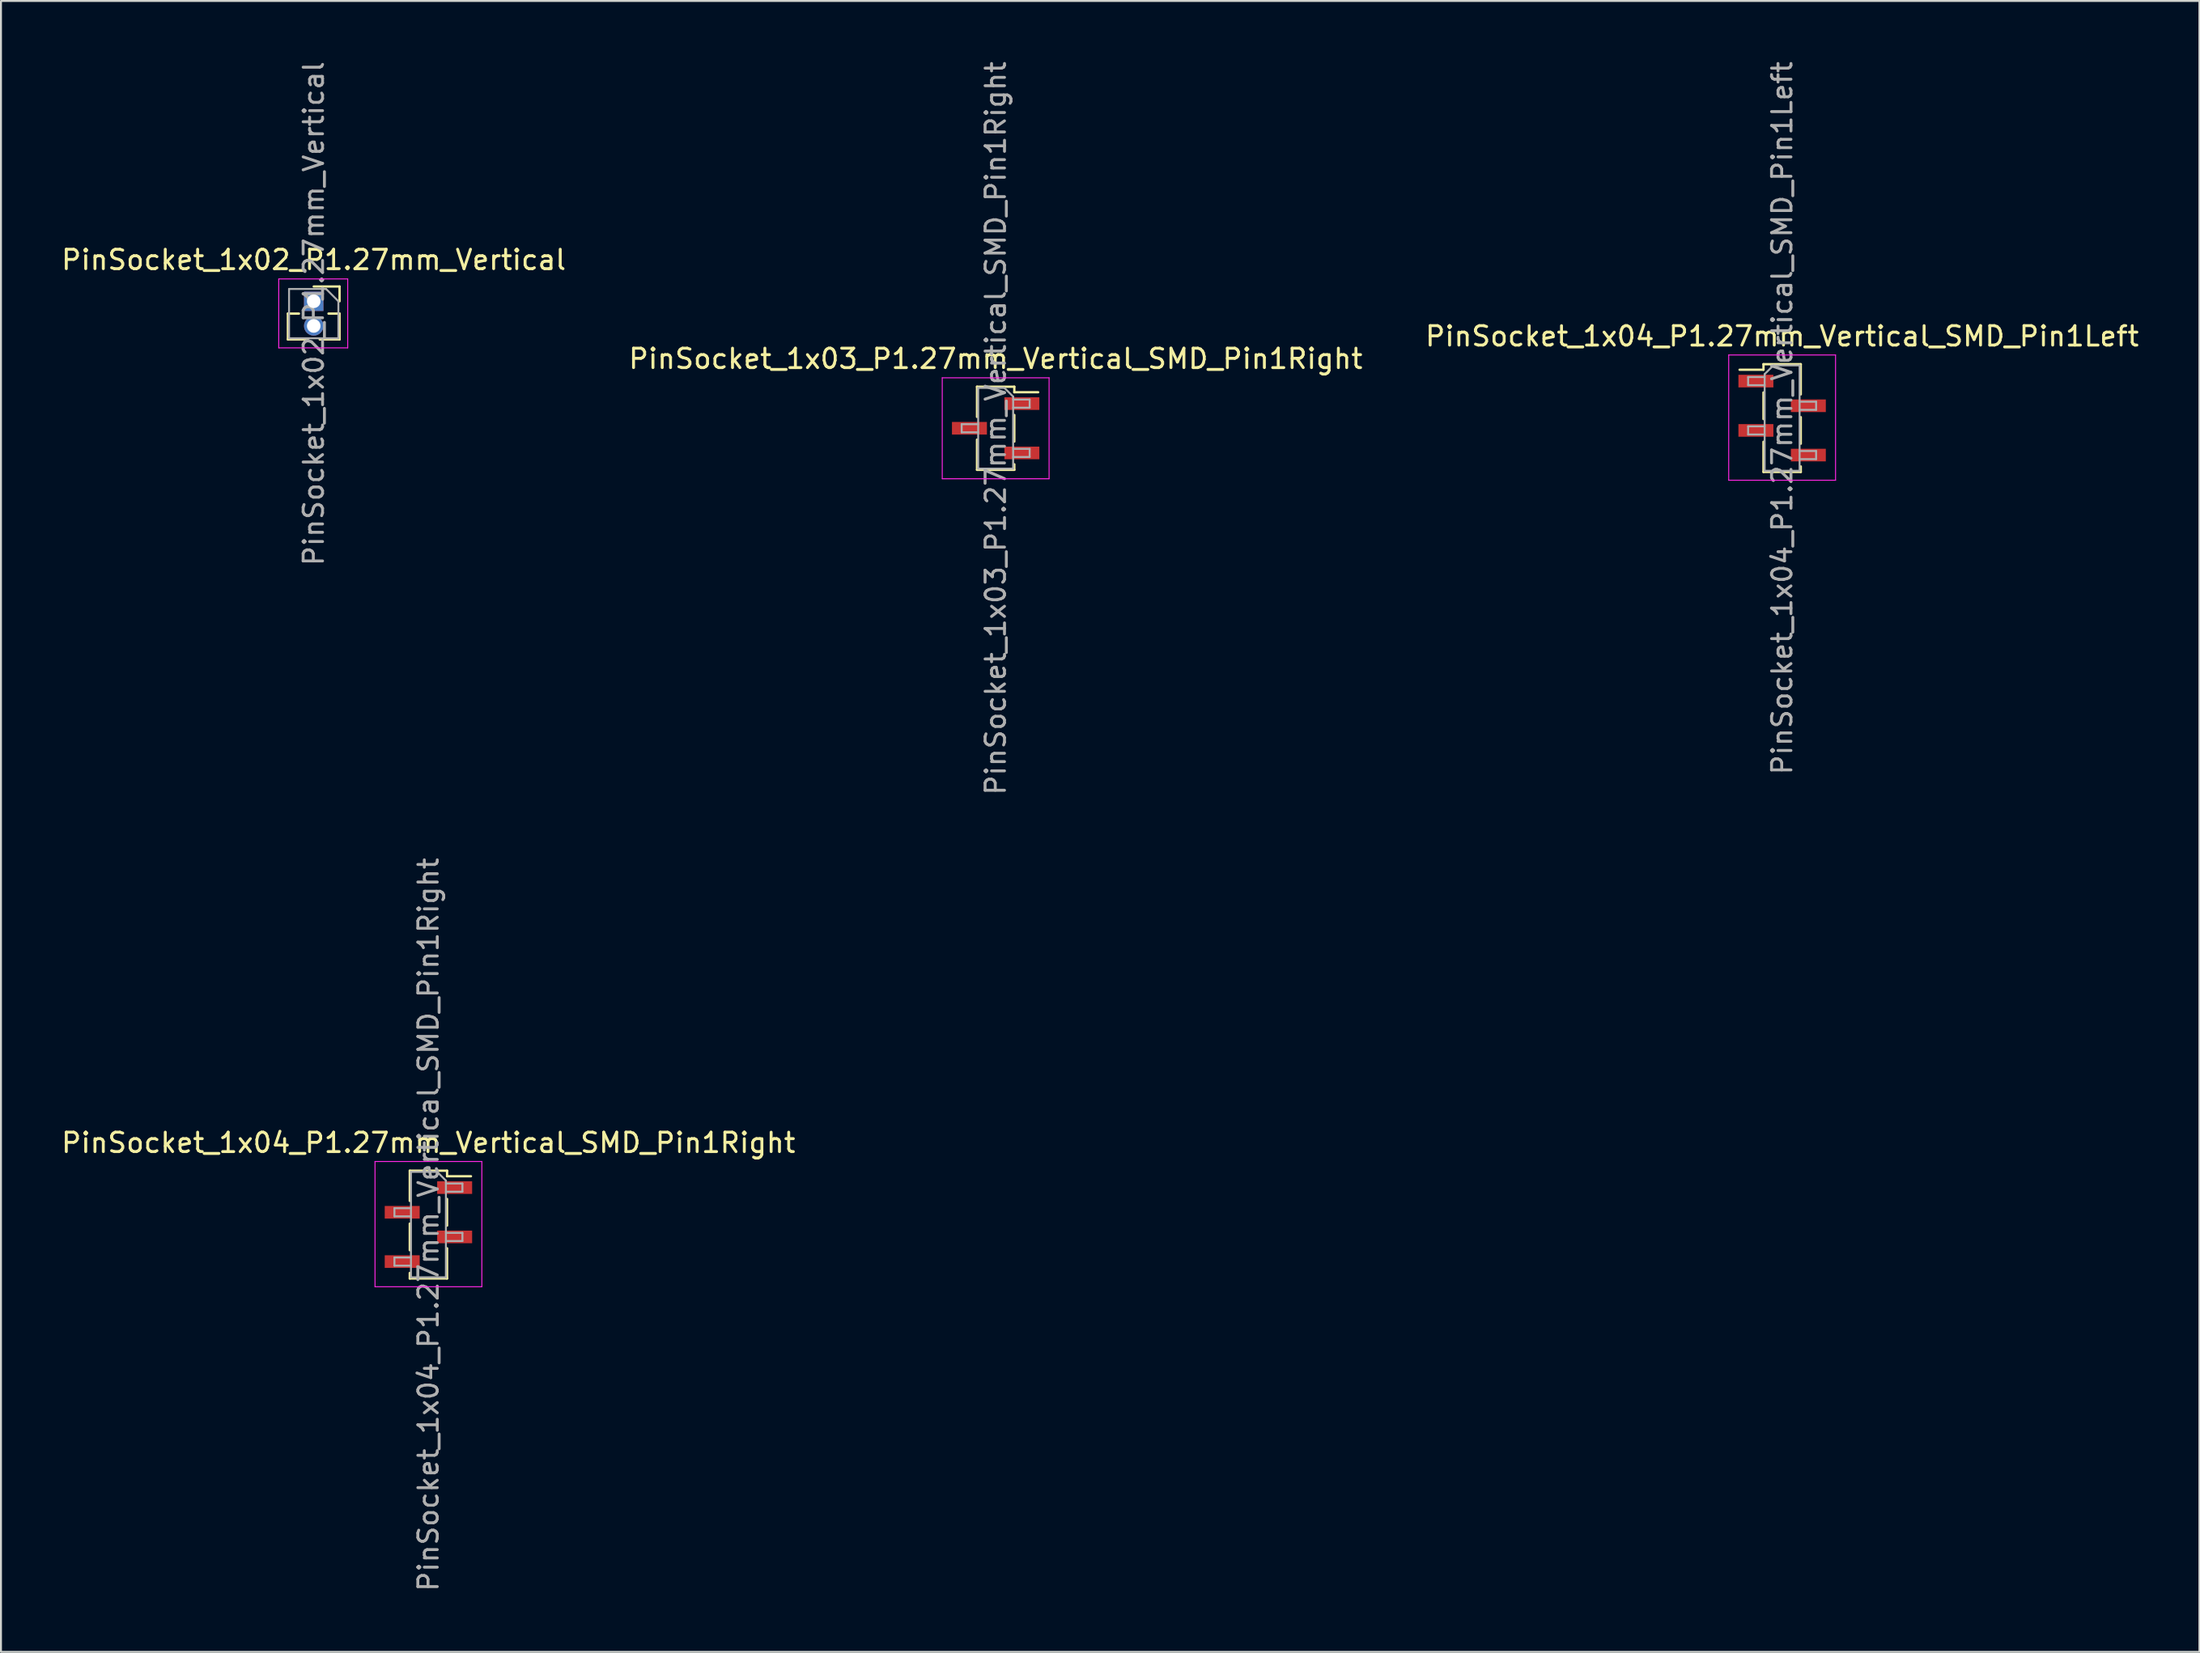
<source format=kicad_pcb>
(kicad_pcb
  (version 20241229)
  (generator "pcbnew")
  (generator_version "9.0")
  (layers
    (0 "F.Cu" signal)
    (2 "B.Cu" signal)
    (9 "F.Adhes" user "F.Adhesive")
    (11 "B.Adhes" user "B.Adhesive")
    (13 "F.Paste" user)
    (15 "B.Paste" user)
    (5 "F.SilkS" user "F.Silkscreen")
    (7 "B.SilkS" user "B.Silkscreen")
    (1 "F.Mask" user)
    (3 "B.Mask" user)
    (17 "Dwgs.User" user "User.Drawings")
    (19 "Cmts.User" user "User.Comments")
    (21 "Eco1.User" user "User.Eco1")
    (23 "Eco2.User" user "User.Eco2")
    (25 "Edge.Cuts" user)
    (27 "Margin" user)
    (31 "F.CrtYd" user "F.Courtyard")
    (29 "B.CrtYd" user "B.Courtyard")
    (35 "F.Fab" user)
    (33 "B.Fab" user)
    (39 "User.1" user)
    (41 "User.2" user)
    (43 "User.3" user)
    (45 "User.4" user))
  (footprint "PinSocket_1x02_P1.27mm_Vertical"
    (layer "F.Cu")
    (at 13.101 12.466)
    (property "Reference" "PinSocket_1x02_P1.27mm_Vertical" (at 0 -2.135 0) (layer "F.SilkS") (effects (font (size 1 1) (thickness 0.15))))
    (attr through_hole)
    (fp_line (start -1.33 0.635) (end -1.33 1.965) (stroke (width 0.12) (type solid)) (layer "F.SilkS"))
    (fp_line (start -1.33 0.635) (end -0.76 0.635) (stroke (width 0.12) (type solid)) (layer "F.SilkS"))
    (fp_line (start -1.33 1.965) (end -0.308 1.965) (stroke (width 0.12) (type solid)) (layer "F.SilkS"))
    (fp_line (start 0 -0.76) (end 1.33 -0.76) (stroke (width 0.12) (type solid)) (layer "F.SilkS"))
    (fp_line (start 0.308 1.965) (end 1.33 1.965) (stroke (width 0.12) (type solid)) (layer "F.SilkS"))
    (fp_line (start 0.76 0.635) (end 1.33 0.635) (stroke (width 0.12) (type solid)) (layer "F.SilkS"))
    (fp_line (start 1.33 -0.76) (end 1.33 0) (stroke (width 0.12) (type solid)) (layer "F.SilkS"))
    (fp_line (start 1.33 0.635) (end 1.33 1.965) (stroke (width 0.12) (type solid)) (layer "F.SilkS"))
    (fp_line (start -1.8 -1.15) (end 1.75 -1.15) (stroke (width 0.05) (type solid)) (layer "F.CrtYd"))
    (fp_line (start -1.8 2.4) (end -1.8 -1.15) (stroke (width 0.05) (type solid)) (layer "F.CrtYd"))
    (fp_line (start 1.75 -1.15) (end 1.75 2.4) (stroke (width 0.05) (type solid)) (layer "F.CrtYd"))
    (fp_line (start 1.75 2.4) (end -1.8 2.4) (stroke (width 0.05) (type solid)) (layer "F.CrtYd"))
    (fp_line (start -1.27 -0.635) (end 0.635 -0.635) (stroke (width 0.1) (type solid)) (layer "F.Fab"))
    (fp_line (start -1.27 1.905) (end -1.27 -0.635) (stroke (width 0.1) (type solid)) (layer "F.Fab"))
    (fp_line (start 0.635 -0.635) (end 1.27 0) (stroke (width 0.1) (type solid)) (layer "F.Fab"))
    (fp_line (start 1.27 0) (end 1.27 1.905) (stroke (width 0.1) (type solid)) (layer "F.Fab"))
    (fp_line (start 1.27 1.905) (end -1.27 1.905) (stroke (width 0.1) (type solid)) (layer "F.Fab"))
    (fp_text user "${REFERENCE}" (at 0 0.635 90) (layer "F.Fab") (effects (font (size 1 1) (thickness 0.15))))
    (pad "1" thru_hole rect (at 0 0) (size 1 1) (drill 0.7) (layers "*.Cu" "*.Mask"))
    (pad "2" thru_hole circle (at 0 1.27) (size 1 1) (drill 0.7) (layers "*.Cu" "*.Mask")))
  (footprint "PinSocket_1x04_P1.27mm_Vertical_SMD_Pin1Right"
    (layer "F.Cu")
    (at 19.006 60.018)
    (property "Reference" "PinSocket_1x04_P1.27mm_Vertical_SMD_Pin1Right" (at 0 -4.215 0) (layer "F.SilkS") (effects (font (size 1 1) (thickness 0.15))))
    (attr smd)
    (fp_line (start -0.96 -2.775) (end -0.96 -1.22) (stroke (width 0.12) (type solid)) (layer "F.SilkS"))
    (fp_line (start -0.96 -2.775) (end 0.96 -2.775) (stroke (width 0.12) (type solid)) (layer "F.SilkS"))
    (fp_line (start -0.96 -0.05) (end -0.96 1.32) (stroke (width 0.12) (type solid)) (layer "F.SilkS"))
    (fp_line (start -0.96 2.49) (end -0.96 2.775) (stroke (width 0.12) (type solid)) (layer "F.SilkS"))
    (fp_line (start -0.96 2.775) (end 0.96 2.775) (stroke (width 0.12) (type solid)) (layer "F.SilkS"))
    (fp_line (start 0.96 -2.775) (end 0.96 -2.49) (stroke (width 0.12) (type solid)) (layer "F.SilkS"))
    (fp_line (start 0.96 -2.49) (end 2.19 -2.49) (stroke (width 0.12) (type solid)) (layer "F.SilkS"))
    (fp_line (start 0.96 -1.32) (end 0.96 0.05) (stroke (width 0.12) (type solid)) (layer "F.SilkS"))
    (fp_line (start 0.96 1.22) (end 0.96 2.775) (stroke (width 0.12) (type solid)) (layer "F.SilkS"))
    (fp_line (start -2.75 -3.25) (end 2.75 -3.25) (stroke (width 0.05) (type solid)) (layer "F.CrtYd"))
    (fp_line (start -2.75 3.2) (end -2.75 -3.25) (stroke (width 0.05) (type solid)) (layer "F.CrtYd"))
    (fp_line (start 2.75 -3.25) (end 2.75 3.2) (stroke (width 0.05) (type solid)) (layer "F.CrtYd"))
    (fp_line (start 2.75 3.2) (end -2.75 3.2) (stroke (width 0.05) (type solid)) (layer "F.CrtYd"))
    (fp_line (start -1.75 -0.845) (end -0.9 -0.845) (stroke (width 0.1) (type solid)) (layer "F.Fab"))
    (fp_line (start -1.75 -0.425) (end -1.75 -0.845) (stroke (width 0.1) (type solid)) (layer "F.Fab"))
    (fp_line (start -1.75 1.695) (end -0.9 1.695) (stroke (width 0.1) (type solid)) (layer "F.Fab"))
    (fp_line (start -1.75 2.115) (end -1.75 1.695) (stroke (width 0.1) (type solid)) (layer "F.Fab"))
    (fp_line (start -0.9 -2.715) (end 0.45 -2.715) (stroke (width 0.1) (type solid)) (layer "F.Fab"))
    (fp_line (start -0.9 -0.425) (end -1.75 -0.425) (stroke (width 0.1) (type solid)) (layer "F.Fab"))
    (fp_line (start -0.9 2.115) (end -1.75 2.115) (stroke (width 0.1) (type solid)) (layer "F.Fab"))
    (fp_line (start -0.9 2.715) (end -0.9 -2.715) (stroke (width 0.1) (type solid)) (layer "F.Fab"))
    (fp_line (start 0.45 -2.715) (end 0.9 -2.265) (stroke (width 0.1) (type solid)) (layer "F.Fab"))
    (fp_line (start 0.9 -2.265) (end 0.9 2.715) (stroke (width 0.1) (type solid)) (layer "F.Fab"))
    (fp_line (start 0.9 -2.115) (end 1.75 -2.115) (stroke (width 0.1) (type solid)) (layer "F.Fab"))
    (fp_line (start 0.9 0.425) (end 1.75 0.425) (stroke (width 0.1) (type solid)) (layer "F.Fab"))
    (fp_line (start 0.9 2.715) (end -0.9 2.715) (stroke (width 0.1) (type solid)) (layer "F.Fab"))
    (fp_line (start 1.75 -2.115) (end 1.75 -1.695) (stroke (width 0.1) (type solid)) (layer "F.Fab"))
    (fp_line (start 1.75 -1.695) (end 0.9 -1.695) (stroke (width 0.1) (type solid)) (layer "F.Fab"))
    (fp_line (start 1.75 0.425) (end 1.75 0.845) (stroke (width 0.1) (type solid)) (layer "F.Fab"))
    (fp_line (start 1.75 0.845) (end 0.9 0.845) (stroke (width 0.1) (type solid)) (layer "F.Fab"))
    (fp_text user "${REFERENCE}" (at 0 0 90) (layer "F.Fab") (effects (font (size 1 1) (thickness 0.15))))
    (pad "1" smd rect (at 1.35 -1.905) (size 1.8 0.65) (layers "F.Cu" "F.Mask" "F.Paste"))
    (pad "2" smd rect (at -1.35 -0.635) (size 1.8 0.65) (layers "F.Cu" "F.Mask" "F.Paste"))
    (pad "3" smd rect (at 1.35 0.635) (size 1.8 0.65) (layers "F.Cu" "F.Mask" "F.Paste"))
    (pad "4" smd rect (at -1.35 1.905) (size 1.8 0.65) (layers "F.Cu" "F.Mask" "F.Paste")))
  (footprint "PinSocket_1x03_P1.27mm_Vertical_SMD_Pin1Right"
    (layer "F.Cu")
    (at 48.208 19.006)
    (property "Reference" "PinSocket_1x03_P1.27mm_Vertical_SMD_Pin1Right" (at 0 -3.58 0) (layer "F.SilkS") (effects (font (size 1 1) (thickness 0.15))))
    (attr smd)
    (fp_line (start -0.96 -2.14) (end -0.96 -0.585) (stroke (width 0.12) (type solid)) (layer "F.SilkS"))
    (fp_line (start -0.96 -2.14) (end 0.96 -2.14) (stroke (width 0.12) (type solid)) (layer "F.SilkS"))
    (fp_line (start -0.96 0.585) (end -0.96 2.14) (stroke (width 0.12) (type solid)) (layer "F.SilkS"))
    (fp_line (start -0.96 2.14) (end 0.96 2.14) (stroke (width 0.12) (type solid)) (layer "F.SilkS"))
    (fp_line (start 0.96 -2.14) (end 0.96 -1.855) (stroke (width 0.12) (type solid)) (layer "F.SilkS"))
    (fp_line (start 0.96 -1.855) (end 2.19 -1.855) (stroke (width 0.12) (type solid)) (layer "F.SilkS"))
    (fp_line (start 0.96 -0.685) (end 0.96 0.685) (stroke (width 0.12) (type solid)) (layer "F.SilkS"))
    (fp_line (start 0.96 1.855) (end 0.96 2.14) (stroke (width 0.12) (type solid)) (layer "F.SilkS"))
    (fp_line (start -2.75 -2.6) (end 2.75 -2.6) (stroke (width 0.05) (type solid)) (layer "F.CrtYd"))
    (fp_line (start -2.75 2.6) (end -2.75 -2.6) (stroke (width 0.05) (type solid)) (layer "F.CrtYd"))
    (fp_line (start 2.75 -2.6) (end 2.75 2.6) (stroke (width 0.05) (type solid)) (layer "F.CrtYd"))
    (fp_line (start 2.75 2.6) (end -2.75 2.6) (stroke (width 0.05) (type solid)) (layer "F.CrtYd"))
    (fp_line (start -1.75 -0.21) (end -0.9 -0.21) (stroke (width 0.1) (type solid)) (layer "F.Fab"))
    (fp_line (start -1.75 0.21) (end -1.75 -0.21) (stroke (width 0.1) (type solid)) (layer "F.Fab"))
    (fp_line (start -0.9 -2.08) (end 0.45 -2.08) (stroke (width 0.1) (type solid)) (layer "F.Fab"))
    (fp_line (start -0.9 0.21) (end -1.75 0.21) (stroke (width 0.1) (type solid)) (layer "F.Fab"))
    (fp_line (start -0.9 2.08) (end -0.9 -2.08) (stroke (width 0.1) (type solid)) (layer "F.Fab"))
    (fp_line (start 0.45 -2.08) (end 0.9 -1.63) (stroke (width 0.1) (type solid)) (layer "F.Fab"))
    (fp_line (start 0.9 -1.63) (end 0.9 2.08) (stroke (width 0.1) (type solid)) (layer "F.Fab"))
    (fp_line (start 0.9 -1.48) (end 1.75 -1.48) (stroke (width 0.1) (type solid)) (layer "F.Fab"))
    (fp_line (start 0.9 1.06) (end 1.75 1.06) (stroke (width 0.1) (type solid)) (layer "F.Fab"))
    (fp_line (start 0.9 2.08) (end -0.9 2.08) (stroke (width 0.1) (type solid)) (layer "F.Fab"))
    (fp_line (start 1.75 -1.48) (end 1.75 -1.06) (stroke (width 0.1) (type solid)) (layer "F.Fab"))
    (fp_line (start 1.75 -1.06) (end 0.9 -1.06) (stroke (width 0.1) (type solid)) (layer "F.Fab"))
    (fp_line (start 1.75 1.06) (end 1.75 1.48) (stroke (width 0.1) (type solid)) (layer "F.Fab"))
    (fp_line (start 1.75 1.48) (end 0.9 1.48) (stroke (width 0.1) (type solid)) (layer "F.Fab"))
    (fp_text user "${REFERENCE}" (at 0 0 90) (layer "F.Fab") (effects (font (size 1 1) (thickness 0.15))))
    (pad "1" smd rect (at 1.35 -1.27) (size 1.8 0.65) (layers "F.Cu" "F.Mask" "F.Paste"))
    (pad "2" smd rect (at -1.35 0) (size 1.8 0.65) (layers "F.Cu" "F.Mask" "F.Paste"))
    (pad "3" smd rect (at 1.35 1.27) (size 1.8 0.65) (layers "F.Cu" "F.Mask" "F.Paste")))
  (footprint "PinSocket_1x04_P1.27mm_Vertical_SMD_Pin1Left"
    (layer "F.Cu")
    (at 88.696 18.482)
    (property "Reference" "PinSocket_1x04_P1.27mm_Vertical_SMD_Pin1Left" (at 0 -4.215 0) (layer "F.SilkS") (effects (font (size 1 1) (thickness 0.15))))
    (attr smd)
    (fp_line (start -2.19 -2.49) (end -0.96 -2.49) (stroke (width 0.12) (type solid)) (layer "F.SilkS"))
    (fp_line (start -0.96 -2.775) (end -0.96 -2.49) (stroke (width 0.12) (type solid)) (layer "F.SilkS"))
    (fp_line (start -0.96 -2.775) (end 0.96 -2.775) (stroke (width 0.12) (type solid)) (layer "F.SilkS"))
    (fp_line (start -0.96 -1.32) (end -0.96 0.05) (stroke (width 0.12) (type solid)) (layer "F.SilkS"))
    (fp_line (start -0.96 1.22) (end -0.96 2.775) (stroke (width 0.12) (type solid)) (layer "F.SilkS"))
    (fp_line (start -0.96 2.775) (end 0.96 2.775) (stroke (width 0.12) (type solid)) (layer "F.SilkS"))
    (fp_line (start 0.96 -2.775) (end 0.96 -1.22) (stroke (width 0.12) (type solid)) (layer "F.SilkS"))
    (fp_line (start 0.96 -0.05) (end 0.96 1.32) (stroke (width 0.12) (type solid)) (layer "F.SilkS"))
    (fp_line (start 0.96 2.49) (end 0.96 2.775) (stroke (width 0.12) (type solid)) (layer "F.SilkS"))
    (fp_line (start -2.75 -3.25) (end 2.75 -3.25) (stroke (width 0.05) (type solid)) (layer "F.CrtYd"))
    (fp_line (start -2.75 3.2) (end -2.75 -3.25) (stroke (width 0.05) (type solid)) (layer "F.CrtYd"))
    (fp_line (start 2.75 -3.25) (end 2.75 3.2) (stroke (width 0.05) (type solid)) (layer "F.CrtYd"))
    (fp_line (start 2.75 3.2) (end -2.75 3.2) (stroke (width 0.05) (type solid)) (layer "F.CrtYd"))
    (fp_line (start -1.75 -2.115) (end -0.9 -2.115) (stroke (width 0.1) (type solid)) (layer "F.Fab"))
    (fp_line (start -1.75 -1.695) (end -1.75 -2.115) (stroke (width 0.1) (type solid)) (layer "F.Fab"))
    (fp_line (start -1.75 0.425) (end -0.9 0.425) (stroke (width 0.1) (type solid)) (layer "F.Fab"))
    (fp_line (start -1.75 0.845) (end -1.75 0.425) (stroke (width 0.1) (type solid)) (layer "F.Fab"))
    (fp_line (start -0.9 -2.265) (end -0.45 -2.715) (stroke (width 0.1) (type solid)) (layer "F.Fab"))
    (fp_line (start -0.9 -1.695) (end -1.75 -1.695) (stroke (width 0.1) (type solid)) (layer "F.Fab"))
    (fp_line (start -0.9 0.845) (end -1.75 0.845) (stroke (width 0.1) (type solid)) (layer "F.Fab"))
    (fp_line (start -0.9 2.715) (end -0.9 -2.265) (stroke (width 0.1) (type solid)) (layer "F.Fab"))
    (fp_line (start -0.45 -2.715) (end 0.9 -2.715) (stroke (width 0.1) (type solid)) (layer "F.Fab"))
    (fp_line (start 0.9 -2.715) (end 0.9 2.715) (stroke (width 0.1) (type solid)) (layer "F.Fab"))
    (fp_line (start 0.9 -0.845) (end 1.75 -0.845) (stroke (width 0.1) (type solid)) (layer "F.Fab"))
    (fp_line (start 0.9 1.695) (end 1.75 1.695) (stroke (width 0.1) (type solid)) (layer "F.Fab"))
    (fp_line (start 0.9 2.715) (end -0.9 2.715) (stroke (width 0.1) (type solid)) (layer "F.Fab"))
    (fp_line (start 1.75 -0.845) (end 1.75 -0.425) (stroke (width 0.1) (type solid)) (layer "F.Fab"))
    (fp_line (start 1.75 -0.425) (end 0.9 -0.425) (stroke (width 0.1) (type solid)) (layer "F.Fab"))
    (fp_line (start 1.75 1.695) (end 1.75 2.115) (stroke (width 0.1) (type solid)) (layer "F.Fab"))
    (fp_line (start 1.75 2.115) (end 0.9 2.115) (stroke (width 0.1) (type solid)) (layer "F.Fab"))
    (fp_text user "${REFERENCE}" (at 0 0 90) (layer "F.Fab") (effects (font (size 1 1) (thickness 0.15))))
    (pad "1" smd rect (at -1.35 -1.905) (size 1.8 0.65) (layers "F.Cu" "F.Mask" "F.Paste"))
    (pad "2" smd rect (at 1.35 -0.635) (size 1.8 0.65) (layers "F.Cu" "F.Mask" "F.Paste"))
    (pad "3" smd rect (at -1.35 0.635) (size 1.8 0.65) (layers "F.Cu" "F.Mask" "F.Paste"))
    (pad "4" smd rect (at 1.35 1.905) (size 1.8 0.65) (layers "F.Cu" "F.Mask" "F.Paste")))
  (gr_rect
    (start -3 -3)
    (end 110.179 82.024)
    (stroke (width 0.1) (type default))
    (fill no)
    (layer "Edge.Cuts")))
</source>
